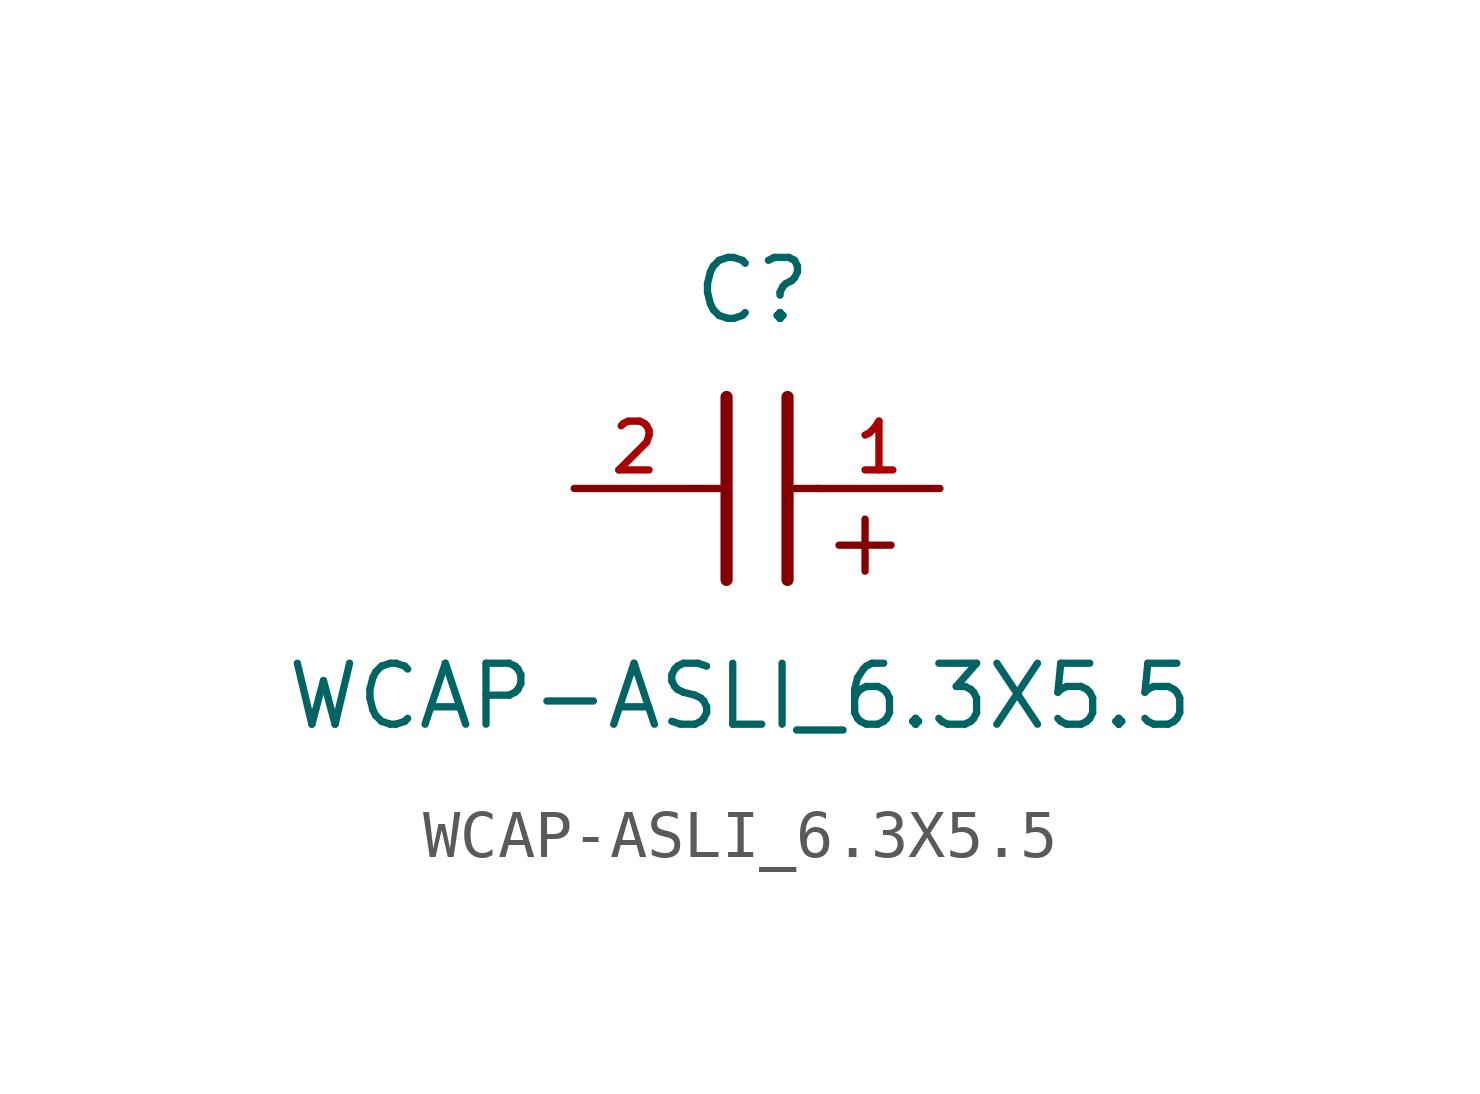
<source format=kicad_sym>
(kicad_symbol_lib
  (version 20211014)
  (generator kicad_symbol_editor)
  (symbol "WCAP-ASLI_6.3X5.5"
    (pin_names
      (offset 1.016))
    (property "Reference" "C"
      (at 1.175 3.38 0)
      (effects (font (size 1.27 1.27)) (justify bottom)))
    (property "Value" "WCAP-ASLI_6.3X5.5"
      (at 0.915 -5.075 0)
      (effects (font (size 1.27 1.27)) (justify bottom)))
    (symbol "WCAP-ASLI_6.3X5.5_0_0"
      (text "+" (at 2.54 -1.905 0) (effects (font (size 1.422 1.422)) (justify bottom left)))
      (polyline (pts (xy 1.905 1.905) (xy 1.905 -1.905)) (stroke (width 0.254)))
      (polyline (pts (xy 0.635 -1.905) (xy 0.635 1.905)) (stroke (width 0.254)))
      (polyline (pts (xy 0.0 0.0) (xy 0.643 0.0)) (stroke (width 0.152)))
      (polyline (pts (xy 1.928 0.0) (xy 2.57 0.0)) (stroke (width 0.152)))
      (pin passive line (at 5.08 0.0 180.0) (length 2.54) (name "~" (effects (font (size 1.016 1.016)))) (number "1" (effects (font (size 1.016 1.016)))))
      (pin passive line (at -2.54 0.0 0) (length 2.54) (name "~" (effects (font (size 1.016 1.016)))) (number "2" (effects (font (size 1.016 1.016))))))))
</source>
